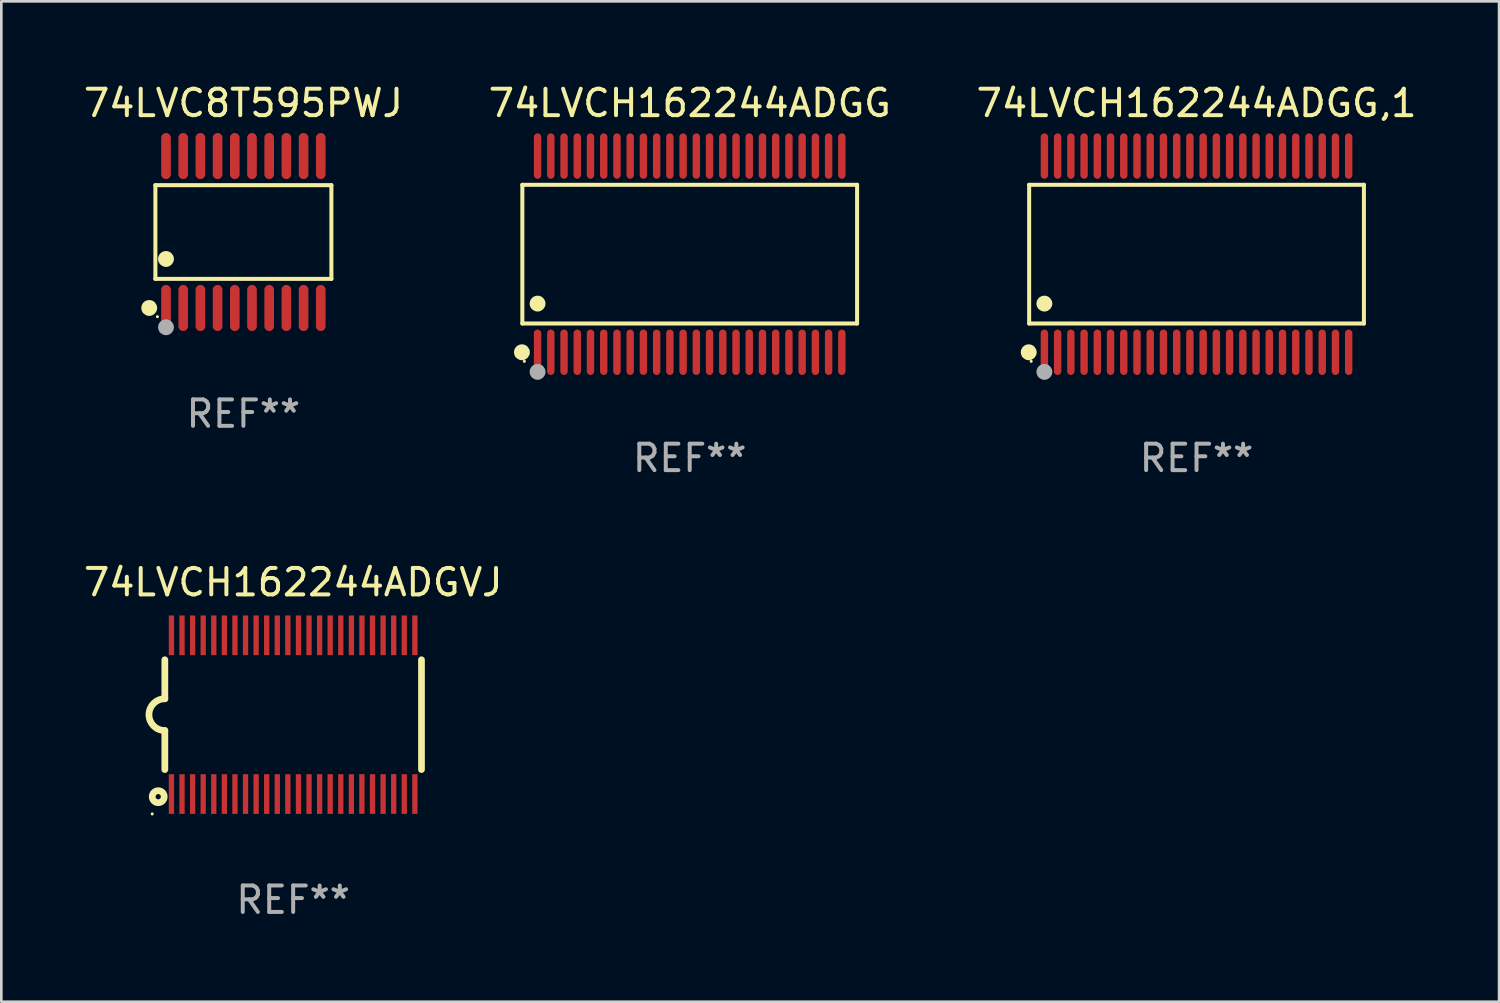
<source format=kicad_pcb>
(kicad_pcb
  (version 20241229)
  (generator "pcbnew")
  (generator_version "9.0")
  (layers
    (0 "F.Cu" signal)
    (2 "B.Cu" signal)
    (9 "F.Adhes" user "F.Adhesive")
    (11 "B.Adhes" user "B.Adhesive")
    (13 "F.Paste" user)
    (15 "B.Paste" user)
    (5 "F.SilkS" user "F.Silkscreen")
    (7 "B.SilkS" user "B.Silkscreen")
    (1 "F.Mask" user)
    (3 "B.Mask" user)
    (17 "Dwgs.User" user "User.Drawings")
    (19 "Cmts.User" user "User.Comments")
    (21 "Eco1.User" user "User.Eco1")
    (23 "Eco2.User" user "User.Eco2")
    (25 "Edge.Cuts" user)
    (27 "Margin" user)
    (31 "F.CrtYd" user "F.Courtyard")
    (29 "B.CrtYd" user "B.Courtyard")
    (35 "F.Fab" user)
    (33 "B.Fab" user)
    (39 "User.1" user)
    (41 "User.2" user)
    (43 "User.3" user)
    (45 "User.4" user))
  (footprint "74LVC8T595PWJ"
    (layer "F.Cu")
    (at 6.149 5.719)
    (property "Reference" "74LVC8T595PWJ" (at 0 -4.871 0) (layer "F.SilkS") (effects (font (size 1 1) (thickness 0.15))))
    (attr through_hole)
    (fp_line (start -3.326 -1.771) (end 3.326 -1.771) (stroke (width 0.152) (type solid)) (layer "F.SilkS"))
    (fp_line (start -3.326 1.771) (end -3.326 -1.771) (stroke (width 0.152) (type solid)) (layer "F.SilkS"))
    (fp_line (start 3.326 -1.771) (end 3.326 1.771) (stroke (width 0.152) (type solid)) (layer "F.SilkS"))
    (fp_line (start 3.326 1.771) (end -3.326 1.771) (stroke (width 0.152) (type solid)) (layer "F.SilkS"))
    (fp_circle (center -3.559 2.871) (end -3.409 2.871) (stroke (width 0.3) (type solid)) (fill no) (layer "F.SilkS"))
    (fp_circle (center -3.25 3.2) (end -3.22 3.2) (stroke (width 0.06) (type solid)) (fill no) (layer "F.SilkS"))
    (fp_circle (center -2.925 1.019) (end -2.775 1.019) (stroke (width 0.3) (type solid)) (fill no) (layer "F.SilkS"))
    (fp_circle (center -2.925 3.6) (end -2.775 3.6) (stroke (width 0.3) (type solid)) (fill no) (layer "F.Fab"))
    (fp_text user "REF**" (at 0 6.871 0) (layer "F.Fab") (effects (font (size 1 1) (thickness 0.15))))
    (pad "1" smd oval (at -2.925 2.871) (size 0.364 1.742) (layers "F.Cu" "F.Mask" "F.Paste"))
    (pad "2" smd oval (at -2.275 2.871) (size 0.364 1.742) (layers "F.Cu" "F.Mask" "F.Paste"))
    (pad "3" smd oval (at -1.625 2.871) (size 0.364 1.742) (layers "F.Cu" "F.Mask" "F.Paste"))
    (pad "4" smd oval (at -0.975 2.871) (size 0.364 1.742) (layers "F.Cu" "F.Mask" "F.Paste"))
    (pad "5" smd oval (at -0.325 2.871) (size 0.364 1.742) (layers "F.Cu" "F.Mask" "F.Paste"))
    (pad "6" smd oval (at 0.325 2.871) (size 0.364 1.742) (layers "F.Cu" "F.Mask" "F.Paste"))
    (pad "7" smd oval (at 0.975 2.871) (size 0.364 1.742) (layers "F.Cu" "F.Mask" "F.Paste"))
    (pad "8" smd oval (at 1.625 2.871) (size 0.364 1.742) (layers "F.Cu" "F.Mask" "F.Paste"))
    (pad "9" smd oval (at 2.275 2.871) (size 0.364 1.742) (layers "F.Cu" "F.Mask" "F.Paste"))
    (pad "10" smd oval (at 2.925 2.871) (size 0.364 1.742) (layers "F.Cu" "F.Mask" "F.Paste"))
    (pad "11" smd oval (at 2.925 -2.871) (size 0.364 1.742) (layers "F.Cu" "F.Mask" "F.Paste"))
    (pad "12" smd oval (at 2.275 -2.871) (size 0.364 1.742) (layers "F.Cu" "F.Mask" "F.Paste"))
    (pad "13" smd oval (at 1.625 -2.871) (size 0.364 1.742) (layers "F.Cu" "F.Mask" "F.Paste"))
    (pad "14" smd oval (at 0.975 -2.871) (size 0.364 1.742) (layers "F.Cu" "F.Mask" "F.Paste"))
    (pad "15" smd oval (at 0.325 -2.871) (size 0.364 1.742) (layers "F.Cu" "F.Mask" "F.Paste"))
    (pad "16" smd oval (at -0.325 -2.871) (size 0.364 1.742) (layers "F.Cu" "F.Mask" "F.Paste"))
    (pad "17" smd oval (at -0.975 -2.871) (size 0.364 1.742) (layers "F.Cu" "F.Mask" "F.Paste"))
    (pad "18" smd oval (at -1.625 -2.871) (size 0.364 1.742) (layers "F.Cu" "F.Mask" "F.Paste"))
    (pad "19" smd oval (at -2.275 -2.871) (size 0.364 1.742) (layers "F.Cu" "F.Mask" "F.Paste"))
    (pad "20" smd oval (at -2.925 -2.871) (size 0.364 1.742) (layers "F.Cu" "F.Mask" "F.Paste")))
  (footprint "74LVCH162244ADGVJ"
    (layer "F.Cu")
    (at 8.03 23.961)
    (property "Reference" "74LVCH162244ADGVJ" (at 0 -5.001 0) (layer "F.SilkS") (effects (font (size 1 1) (thickness 0.15))))
    (attr through_hole)
    (fp_line (start -4.85 -2.076) (end -4.85 -0.6) (stroke (width 0.254) (type solid)) (layer "F.SilkS"))
    (fp_line (start -4.85 2.076) (end -4.85 0.6) (stroke (width 0.254) (type solid)) (layer "F.SilkS"))
    (fp_line (start 4.85 -2.075) (end 4.85 2.075) (stroke (width 0.254) (type solid)) (layer "F.SilkS"))
    (fp_arc (start -4.850013 0.6) (mid -5.449099 -0.0008) (end -4.848869 -0.600457) (stroke (width 0.254001) (type solid)) (layer "F.SilkS"))
    (fp_circle (center -5.327 3.751) (end -5.297 3.751) (stroke (width 0.06) (type solid)) (fill no) (layer "F.SilkS"))
    (fp_circle (center -5.1 3.1) (end -5 3.1) (stroke (width 0.254) (type solid)) (fill no) (layer "F.SilkS"))
    (fp_text user "REF**" (at 0 7.001 0) (layer "F.Fab") (effects (font (size 1 1) (thickness 0.15))))
    (pad "1" smd rect (at -4.6 3) (size 0.2 1.5) (layers "F.Cu" "F.Mask" "F.Paste"))
    (pad "2" smd rect (at -4.2 3) (size 0.2 1.5) (layers "F.Cu" "F.Mask" "F.Paste"))
    (pad "3" smd rect (at -3.8 3) (size 0.2 1.5) (layers "F.Cu" "F.Mask" "F.Paste"))
    (pad "4" smd rect (at -3.4 3) (size 0.2 1.5) (layers "F.Cu" "F.Mask" "F.Paste"))
    (pad "5" smd rect (at -3 3.001) (size 0.2 1.5) (layers "F.Cu" "F.Mask" "F.Paste"))
    (pad "6" smd rect (at -2.6 3) (size 0.2 1.5) (layers "F.Cu" "F.Mask" "F.Paste"))
    (pad "7" smd rect (at -2.2 3) (size 0.2 1.5) (layers "F.Cu" "F.Mask" "F.Paste"))
    (pad "8" smd rect (at -1.8 3) (size 0.2 1.5) (layers "F.Cu" "F.Mask" "F.Paste"))
    (pad "9" smd rect (at -1.4 3) (size 0.2 1.5) (layers "F.Cu" "F.Mask" "F.Paste"))
    (pad "10" smd rect (at -1 3) (size 0.2 1.5) (layers "F.Cu" "F.Mask" "F.Paste"))
    (pad "11" smd rect (at -0.6 3) (size 0.2 1.5) (layers "F.Cu" "F.Mask" "F.Paste"))
    (pad "12" smd rect (at -0.2 3) (size 0.2 1.5) (layers "F.Cu" "F.Mask" "F.Paste"))
    (pad "13" smd rect (at 0.2 3) (size 0.2 1.5) (layers "F.Cu" "F.Mask" "F.Paste"))
    (pad "14" smd rect (at 0.6 3) (size 0.2 1.5) (layers "F.Cu" "F.Mask" "F.Paste"))
    (pad "15" smd rect (at 1 3) (size 0.2 1.5) (layers "F.Cu" "F.Mask" "F.Paste"))
    (pad "16" smd rect (at 1.4 3) (size 0.2 1.5) (layers "F.Cu" "F.Mask" "F.Paste"))
    (pad "17" smd rect (at 1.8 3) (size 0.2 1.5) (layers "F.Cu" "F.Mask" "F.Paste"))
    (pad "18" smd rect (at 2.2 3.001) (size 0.2 1.5) (layers "F.Cu" "F.Mask" "F.Paste"))
    (pad "19" smd rect (at 2.598 2.998) (size 0.2 1.5) (layers "F.Cu" "F.Mask" "F.Paste"))
    (pad "20" smd rect (at 3 3) (size 0.2 1.5) (layers "F.Cu" "F.Mask" "F.Paste"))
    (pad "21" smd rect (at 3.4 3) (size 0.2 1.5) (layers "F.Cu" "F.Mask" "F.Paste"))
    (pad "22" smd rect (at 3.8 2.998) (size 0.2 1.5) (layers "F.Cu" "F.Mask" "F.Paste"))
    (pad "23" smd rect (at 4.2 3) (size 0.2 1.5) (layers "F.Cu" "F.Mask" "F.Paste"))
    (pad "24" smd rect (at 4.6 3) (size 0.2 1.5) (layers "F.Cu" "F.Mask" "F.Paste"))
    (pad "25" smd rect (at 4.6 -3) (size 0.2 1.5) (layers "F.Cu" "F.Mask" "F.Paste"))
    (pad "26" smd rect (at 4.2 -3) (size 0.2 1.5) (layers "F.Cu" "F.Mask" "F.Paste"))
    (pad "27" smd rect (at 3.8 -3) (size 0.2 1.5) (layers "F.Cu" "F.Mask" "F.Paste"))
    (pad "28" smd rect (at 3.4 -3) (size 0.2 1.5) (layers "F.Cu" "F.Mask" "F.Paste"))
    (pad "29" smd rect (at 3 -3) (size 0.2 1.5) (layers "F.Cu" "F.Mask" "F.Paste"))
    (pad "30" smd rect (at 2.6 -3) (size 0.2 1.5) (layers "F.Cu" "F.Mask" "F.Paste"))
    (pad "31" smd rect (at 2.2 -3) (size 0.2 1.5) (layers "F.Cu" "F.Mask" "F.Paste"))
    (pad "32" smd rect (at 1.8 -3) (size 0.2 1.5) (layers "F.Cu" "F.Mask" "F.Paste"))
    (pad "33" smd rect (at 1.4 -3) (size 0.2 1.5) (layers "F.Cu" "F.Mask" "F.Paste"))
    (pad "34" smd rect (at 1 -3) (size 0.2 1.5) (layers "F.Cu" "F.Mask" "F.Paste"))
    (pad "35" smd rect (at 0.6 -3) (size 0.2 1.5) (layers "F.Cu" "F.Mask" "F.Paste"))
    (pad "36" smd rect (at 0.201 -3.001) (size 0.2 1.5) (layers "F.Cu" "F.Mask" "F.Paste"))
    (pad "37" smd rect (at -0.2 -3) (size 0.2 1.5) (layers "F.Cu" "F.Mask" "F.Paste"))
    (pad "38" smd rect (at -0.6 -3) (size 0.2 1.5) (layers "F.Cu" "F.Mask" "F.Paste"))
    (pad "39" smd rect (at -1 -3) (size 0.2 1.5) (layers "F.Cu" "F.Mask" "F.Paste"))
    (pad "40" smd rect (at -1.4 -3) (size 0.2 1.5) (layers "F.Cu" "F.Mask" "F.Paste"))
    (pad "41" smd rect (at -1.8 -3) (size 0.2 1.5) (layers "F.Cu" "F.Mask" "F.Paste"))
    (pad "42" smd rect (at -2.2 -3) (size 0.2 1.5) (layers "F.Cu" "F.Mask" "F.Paste"))
    (pad "43" smd rect (at -2.6 -3) (size 0.2 1.5) (layers "F.Cu" "F.Mask" "F.Paste"))
    (pad "44" smd rect (at -3 -3) (size 0.2 1.5) (layers "F.Cu" "F.Mask" "F.Paste"))
    (pad "45" smd rect (at -3.4 -3) (size 0.2 1.5) (layers "F.Cu" "F.Mask" "F.Paste"))
    (pad "46" smd rect (at -3.8 -3) (size 0.2 1.5) (layers "F.Cu" "F.Mask" "F.Paste"))
    (pad "47" smd rect (at -4.2 -3) (size 0.2 1.5) (layers "F.Cu" "F.Mask" "F.Paste"))
    (pad "48" smd rect (at -4.6 -3) (size 0.2 1.5) (layers "F.Cu" "F.Mask" "F.Paste")))
  (footprint "74LVCH162244ADGG"
    (layer "F.Cu")
    (at 23.018 6.556)
    (property "Reference" "74LVCH162244ADGG" (at 0 -5.708 0) (layer "F.SilkS") (effects (font (size 1 1) (thickness 0.15))))
    (attr through_hole)
    (fp_line (start -6.326 -2.622) (end 6.326 -2.622) (stroke (width 0.152) (type solid)) (layer "F.SilkS"))
    (fp_line (start -6.326 2.621) (end -6.326 -2.622) (stroke (width 0.152) (type solid)) (layer "F.SilkS"))
    (fp_line (start 6.326 -2.622) (end 6.326 2.621) (stroke (width 0.152) (type solid)) (layer "F.SilkS"))
    (fp_line (start 6.326 2.621) (end -6.326 2.621) (stroke (width 0.152) (type solid)) (layer "F.SilkS"))
    (fp_circle (center -6.342 3.708) (end -6.192 3.708) (stroke (width 0.3) (type solid)) (fill no) (layer "F.SilkS"))
    (fp_circle (center -6.25 4.05) (end -6.22 4.05) (stroke (width 0.06) (type solid)) (fill no) (layer "F.SilkS"))
    (fp_circle (center -5.75 1.869) (end -5.6 1.869) (stroke (width 0.3) (type solid)) (fill no) (layer "F.SilkS"))
    (fp_circle (center -5.75 4.45) (end -5.6 4.45) (stroke (width 0.3) (type solid)) (fill no) (layer "F.Fab"))
    (fp_text user "REF**" (at 0 7.708 0) (layer "F.Fab") (effects (font (size 1 1) (thickness 0.15))))
    (pad "1" smd oval (at -5.75 3.708) (size 0.28 1.715) (layers "F.Cu" "F.Mask" "F.Paste"))
    (pad "2" smd oval (at -5.25 3.708) (size 0.28 1.715) (layers "F.Cu" "F.Mask" "F.Paste"))
    (pad "3" smd oval (at -4.75 3.708) (size 0.28 1.715) (layers "F.Cu" "F.Mask" "F.Paste"))
    (pad "4" smd oval (at -4.25 3.708) (size 0.28 1.715) (layers "F.Cu" "F.Mask" "F.Paste"))
    (pad "5" smd oval (at -3.75 3.708) (size 0.28 1.715) (layers "F.Cu" "F.Mask" "F.Paste"))
    (pad "6" smd oval (at -3.25 3.708) (size 0.28 1.715) (layers "F.Cu" "F.Mask" "F.Paste"))
    (pad "7" smd oval (at -2.75 3.708) (size 0.28 1.715) (layers "F.Cu" "F.Mask" "F.Paste"))
    (pad "8" smd oval (at -2.25 3.708) (size 0.28 1.715) (layers "F.Cu" "F.Mask" "F.Paste"))
    (pad "9" smd oval (at -1.75 3.708) (size 0.28 1.715) (layers "F.Cu" "F.Mask" "F.Paste"))
    (pad "10" smd oval (at -1.25 3.708) (size 0.28 1.715) (layers "F.Cu" "F.Mask" "F.Paste"))
    (pad "11" smd oval (at -0.75 3.708) (size 0.28 1.715) (layers "F.Cu" "F.Mask" "F.Paste"))
    (pad "12" smd oval (at -0.25 3.708) (size 0.28 1.715) (layers "F.Cu" "F.Mask" "F.Paste"))
    (pad "13" smd oval (at 0.25 3.708) (size 0.28 1.715) (layers "F.Cu" "F.Mask" "F.Paste"))
    (pad "14" smd oval (at 0.75 3.708) (size 0.28 1.715) (layers "F.Cu" "F.Mask" "F.Paste"))
    (pad "15" smd oval (at 1.25 3.708) (size 0.28 1.715) (layers "F.Cu" "F.Mask" "F.Paste"))
    (pad "16" smd oval (at 1.75 3.708) (size 0.28 1.715) (layers "F.Cu" "F.Mask" "F.Paste"))
    (pad "17" smd oval (at 2.25 3.708) (size 0.28 1.715) (layers "F.Cu" "F.Mask" "F.Paste"))
    (pad "18" smd oval (at 2.75 3.708) (size 0.28 1.715) (layers "F.Cu" "F.Mask" "F.Paste"))
    (pad "19" smd oval (at 3.25 3.708) (size 0.28 1.715) (layers "F.Cu" "F.Mask" "F.Paste"))
    (pad "20" smd oval (at 3.75 3.708) (size 0.28 1.715) (layers "F.Cu" "F.Mask" "F.Paste"))
    (pad "21" smd oval (at 4.25 3.708) (size 0.28 1.715) (layers "F.Cu" "F.Mask" "F.Paste"))
    (pad "22" smd oval (at 4.75 3.708) (size 0.28 1.715) (layers "F.Cu" "F.Mask" "F.Paste"))
    (pad "23" smd oval (at 5.25 3.708) (size 0.28 1.715) (layers "F.Cu" "F.Mask" "F.Paste"))
    (pad "24" smd oval (at 5.75 3.708) (size 0.28 1.715) (layers "F.Cu" "F.Mask" "F.Paste"))
    (pad "25" smd oval (at 5.75 -3.708) (size 0.28 1.715) (layers "F.Cu" "F.Mask" "F.Paste"))
    (pad "26" smd oval (at 5.25 -3.708) (size 0.28 1.715) (layers "F.Cu" "F.Mask" "F.Paste"))
    (pad "27" smd oval (at 4.75 -3.708) (size 0.28 1.715) (layers "F.Cu" "F.Mask" "F.Paste"))
    (pad "28" smd oval (at 4.25 -3.708) (size 0.28 1.715) (layers "F.Cu" "F.Mask" "F.Paste"))
    (pad "29" smd oval (at 3.75 -3.708) (size 0.28 1.715) (layers "F.Cu" "F.Mask" "F.Paste"))
    (pad "30" smd oval (at 3.25 -3.708) (size 0.28 1.715) (layers "F.Cu" "F.Mask" "F.Paste"))
    (pad "31" smd oval (at 2.75 -3.708) (size 0.28 1.715) (layers "F.Cu" "F.Mask" "F.Paste"))
    (pad "32" smd oval (at 2.25 -3.708) (size 0.28 1.715) (layers "F.Cu" "F.Mask" "F.Paste"))
    (pad "33" smd oval (at 1.75 -3.708) (size 0.28 1.715) (layers "F.Cu" "F.Mask" "F.Paste"))
    (pad "34" smd oval (at 1.25 -3.708) (size 0.28 1.715) (layers "F.Cu" "F.Mask" "F.Paste"))
    (pad "35" smd oval (at 0.75 -3.708) (size 0.28 1.715) (layers "F.Cu" "F.Mask" "F.Paste"))
    (pad "36" smd oval (at 0.25 -3.708) (size 0.28 1.715) (layers "F.Cu" "F.Mask" "F.Paste"))
    (pad "37" smd oval (at -0.25 -3.708) (size 0.28 1.715) (layers "F.Cu" "F.Mask" "F.Paste"))
    (pad "38" smd oval (at -0.75 -3.708) (size 0.28 1.715) (layers "F.Cu" "F.Mask" "F.Paste"))
    (pad "39" smd oval (at -1.25 -3.708) (size 0.28 1.715) (layers "F.Cu" "F.Mask" "F.Paste"))
    (pad "40" smd oval (at -1.75 -3.708) (size 0.28 1.715) (layers "F.Cu" "F.Mask" "F.Paste"))
    (pad "41" smd oval (at -2.25 -3.708) (size 0.28 1.715) (layers "F.Cu" "F.Mask" "F.Paste"))
    (pad "42" smd oval (at -2.75 -3.708) (size 0.28 1.715) (layers "F.Cu" "F.Mask" "F.Paste"))
    (pad "43" smd oval (at -3.25 -3.708) (size 0.28 1.715) (layers "F.Cu" "F.Mask" "F.Paste"))
    (pad "44" smd oval (at -3.75 -3.708) (size 0.28 1.715) (layers "F.Cu" "F.Mask" "F.Paste"))
    (pad "45" smd oval (at -4.25 -3.708) (size 0.28 1.715) (layers "F.Cu" "F.Mask" "F.Paste"))
    (pad "46" smd oval (at -4.75 -3.708) (size 0.28 1.715) (layers "F.Cu" "F.Mask" "F.Paste"))
    (pad "47" smd oval (at -5.25 -3.708) (size 0.28 1.715) (layers "F.Cu" "F.Mask" "F.Paste"))
    (pad "48" smd oval (at -5.75 -3.708) (size 0.28 1.715) (layers "F.Cu" "F.Mask" "F.Paste")))
  (footprint "74LVCH162244ADGG,1"
    (layer "F.Cu")
    (at 42.173 6.556)
    (property "Reference" "74LVCH162244ADGG,1" (at 0 -5.708 0) (layer "F.SilkS") (effects (font (size 1 1) (thickness 0.15))))
    (attr through_hole)
    (fp_line (start -6.326 -2.622) (end 6.326 -2.622) (stroke (width 0.152) (type solid)) (layer "F.SilkS"))
    (fp_line (start -6.326 2.621) (end -6.326 -2.622) (stroke (width 0.152) (type solid)) (layer "F.SilkS"))
    (fp_line (start 6.326 -2.622) (end 6.326 2.621) (stroke (width 0.152) (type solid)) (layer "F.SilkS"))
    (fp_line (start 6.326 2.621) (end -6.326 2.621) (stroke (width 0.152) (type solid)) (layer "F.SilkS"))
    (fp_circle (center -6.342 3.708) (end -6.192 3.708) (stroke (width 0.3) (type solid)) (fill no) (layer "F.SilkS"))
    (fp_circle (center -6.25 4.05) (end -6.22 4.05) (stroke (width 0.06) (type solid)) (fill no) (layer "F.SilkS"))
    (fp_circle (center -5.75 1.869) (end -5.6 1.869) (stroke (width 0.3) (type solid)) (fill no) (layer "F.SilkS"))
    (fp_circle (center -5.75 4.45) (end -5.6 4.45) (stroke (width 0.3) (type solid)) (fill no) (layer "F.Fab"))
    (fp_text user "REF**" (at 0 7.708 0) (layer "F.Fab") (effects (font (size 1 1) (thickness 0.15))))
    (pad "1" smd oval (at -5.75 3.708) (size 0.28 1.715) (layers "F.Cu" "F.Mask" "F.Paste"))
    (pad "2" smd oval (at -5.25 3.708) (size 0.28 1.715) (layers "F.Cu" "F.Mask" "F.Paste"))
    (pad "3" smd oval (at -4.75 3.708) (size 0.28 1.715) (layers "F.Cu" "F.Mask" "F.Paste"))
    (pad "4" smd oval (at -4.25 3.708) (size 0.28 1.715) (layers "F.Cu" "F.Mask" "F.Paste"))
    (pad "5" smd oval (at -3.75 3.708) (size 0.28 1.715) (layers "F.Cu" "F.Mask" "F.Paste"))
    (pad "6" smd oval (at -3.25 3.708) (size 0.28 1.715) (layers "F.Cu" "F.Mask" "F.Paste"))
    (pad "7" smd oval (at -2.75 3.708) (size 0.28 1.715) (layers "F.Cu" "F.Mask" "F.Paste"))
    (pad "8" smd oval (at -2.25 3.708) (size 0.28 1.715) (layers "F.Cu" "F.Mask" "F.Paste"))
    (pad "9" smd oval (at -1.75 3.708) (size 0.28 1.715) (layers "F.Cu" "F.Mask" "F.Paste"))
    (pad "10" smd oval (at -1.25 3.708) (size 0.28 1.715) (layers "F.Cu" "F.Mask" "F.Paste"))
    (pad "11" smd oval (at -0.75 3.708) (size 0.28 1.715) (layers "F.Cu" "F.Mask" "F.Paste"))
    (pad "12" smd oval (at -0.25 3.708) (size 0.28 1.715) (layers "F.Cu" "F.Mask" "F.Paste"))
    (pad "13" smd oval (at 0.25 3.708) (size 0.28 1.715) (layers "F.Cu" "F.Mask" "F.Paste"))
    (pad "14" smd oval (at 0.75 3.708) (size 0.28 1.715) (layers "F.Cu" "F.Mask" "F.Paste"))
    (pad "15" smd oval (at 1.25 3.708) (size 0.28 1.715) (layers "F.Cu" "F.Mask" "F.Paste"))
    (pad "16" smd oval (at 1.75 3.708) (size 0.28 1.715) (layers "F.Cu" "F.Mask" "F.Paste"))
    (pad "17" smd oval (at 2.25 3.708) (size 0.28 1.715) (layers "F.Cu" "F.Mask" "F.Paste"))
    (pad "18" smd oval (at 2.75 3.708) (size 0.28 1.715) (layers "F.Cu" "F.Mask" "F.Paste"))
    (pad "19" smd oval (at 3.25 3.708) (size 0.28 1.715) (layers "F.Cu" "F.Mask" "F.Paste"))
    (pad "20" smd oval (at 3.75 3.708) (size 0.28 1.715) (layers "F.Cu" "F.Mask" "F.Paste"))
    (pad "21" smd oval (at 4.25 3.708) (size 0.28 1.715) (layers "F.Cu" "F.Mask" "F.Paste"))
    (pad "22" smd oval (at 4.75 3.708) (size 0.28 1.715) (layers "F.Cu" "F.Mask" "F.Paste"))
    (pad "23" smd oval (at 5.25 3.708) (size 0.28 1.715) (layers "F.Cu" "F.Mask" "F.Paste"))
    (pad "24" smd oval (at 5.75 3.708) (size 0.28 1.715) (layers "F.Cu" "F.Mask" "F.Paste"))
    (pad "25" smd oval (at 5.75 -3.708) (size 0.28 1.715) (layers "F.Cu" "F.Mask" "F.Paste"))
    (pad "26" smd oval (at 5.25 -3.708) (size 0.28 1.715) (layers "F.Cu" "F.Mask" "F.Paste"))
    (pad "27" smd oval (at 4.75 -3.708) (size 0.28 1.715) (layers "F.Cu" "F.Mask" "F.Paste"))
    (pad "28" smd oval (at 4.25 -3.708) (size 0.28 1.715) (layers "F.Cu" "F.Mask" "F.Paste"))
    (pad "29" smd oval (at 3.75 -3.708) (size 0.28 1.715) (layers "F.Cu" "F.Mask" "F.Paste"))
    (pad "30" smd oval (at 3.25 -3.708) (size 0.28 1.715) (layers "F.Cu" "F.Mask" "F.Paste"))
    (pad "31" smd oval (at 2.75 -3.708) (size 0.28 1.715) (layers "F.Cu" "F.Mask" "F.Paste"))
    (pad "32" smd oval (at 2.25 -3.708) (size 0.28 1.715) (layers "F.Cu" "F.Mask" "F.Paste"))
    (pad "33" smd oval (at 1.75 -3.708) (size 0.28 1.715) (layers "F.Cu" "F.Mask" "F.Paste"))
    (pad "34" smd oval (at 1.25 -3.708) (size 0.28 1.715) (layers "F.Cu" "F.Mask" "F.Paste"))
    (pad "35" smd oval (at 0.75 -3.708) (size 0.28 1.715) (layers "F.Cu" "F.Mask" "F.Paste"))
    (pad "36" smd oval (at 0.25 -3.708) (size 0.28 1.715) (layers "F.Cu" "F.Mask" "F.Paste"))
    (pad "37" smd oval (at -0.25 -3.708) (size 0.28 1.715) (layers "F.Cu" "F.Mask" "F.Paste"))
    (pad "38" smd oval (at -0.75 -3.708) (size 0.28 1.715) (layers "F.Cu" "F.Mask" "F.Paste"))
    (pad "39" smd oval (at -1.25 -3.708) (size 0.28 1.715) (layers "F.Cu" "F.Mask" "F.Paste"))
    (pad "40" smd oval (at -1.75 -3.708) (size 0.28 1.715) (layers "F.Cu" "F.Mask" "F.Paste"))
    (pad "41" smd oval (at -2.25 -3.708) (size 0.28 1.715) (layers "F.Cu" "F.Mask" "F.Paste"))
    (pad "42" smd oval (at -2.75 -3.708) (size 0.28 1.715) (layers "F.Cu" "F.Mask" "F.Paste"))
    (pad "43" smd oval (at -3.25 -3.708) (size 0.28 1.715) (layers "F.Cu" "F.Mask" "F.Paste"))
    (pad "44" smd oval (at -3.75 -3.708) (size 0.28 1.715) (layers "F.Cu" "F.Mask" "F.Paste"))
    (pad "45" smd oval (at -4.25 -3.708) (size 0.28 1.715) (layers "F.Cu" "F.Mask" "F.Paste"))
    (pad "46" smd oval (at -4.75 -3.708) (size 0.28 1.715) (layers "F.Cu" "F.Mask" "F.Paste"))
    (pad "47" smd oval (at -5.25 -3.708) (size 0.28 1.715) (layers "F.Cu" "F.Mask" "F.Paste"))
    (pad "48" smd oval (at -5.75 -3.708) (size 0.28 1.715) (layers "F.Cu" "F.Mask" "F.Paste")))
  (gr_rect
    (start -3 -3)
    (end 53.607 34.81)
    (stroke (width 0.1) (type default))
    (fill no)
    (layer "Edge.Cuts")))
</source>
